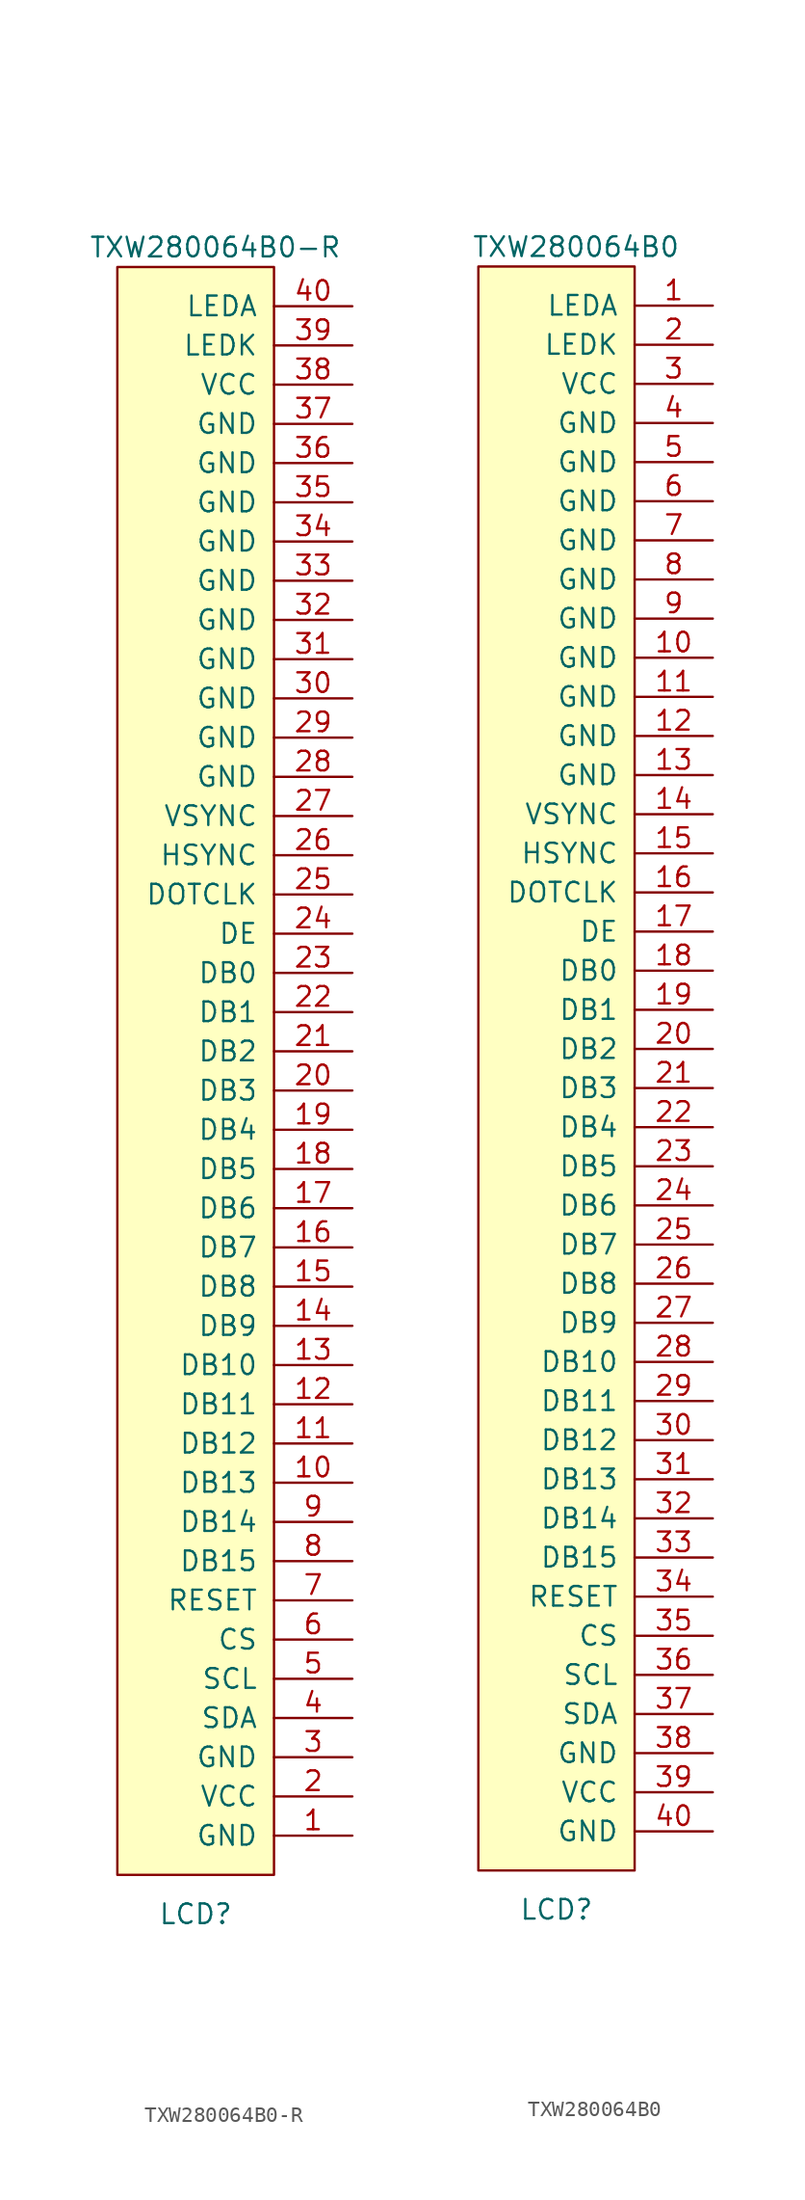
<source format=kicad_sym>
(kicad_symbol_lib
  (version 20201005)
  (generator kicad_symbol_editor)
  (symbol "Sitina:TXW280064B0-R"
    (pin_names
      (offset 1.016))
    (property "Reference" "LCD"
      (at 0 -48.26 0)
      (effects (font (size 1.27 1.27))))
    (property "Value" "TXW280064B0-R"
      (at 1.27 59.69 0)
      (effects (font (size 1.27 1.27))))
    (symbol "TXW280064B0-R_0_1"
      (rectangle (start -5.08 58.42) (end 5.08 -45.72) (stroke (width 0)) (fill (type background))))
    (symbol "TXW280064B0-R_1_1"
      (pin input line (at 10.16 -43.18 180) (length 5.08) (name "GND" (effects (font (size 1.27 1.27)))) (number "1" (effects (font (size 1.27 1.27)))))
      (pin input line (at 10.16 -20.32 180) (length 5.08) (name "DB13" (effects (font (size 1.27 1.27)))) (number "10" (effects (font (size 1.27 1.27)))))
      (pin input line (at 10.16 -17.78 180) (length 5.08) (name "DB12" (effects (font (size 1.27 1.27)))) (number "11" (effects (font (size 1.27 1.27)))))
      (pin input line (at 10.16 -15.24 180) (length 5.08) (name "DB11" (effects (font (size 1.27 1.27)))) (number "12" (effects (font (size 1.27 1.27)))))
      (pin input line (at 10.16 -12.7 180) (length 5.08) (name "DB10" (effects (font (size 1.27 1.27)))) (number "13" (effects (font (size 1.27 1.27)))))
      (pin input line (at 10.16 -10.16 180) (length 5.08) (name "DB9" (effects (font (size 1.27 1.27)))) (number "14" (effects (font (size 1.27 1.27)))))
      (pin input line (at 10.16 -7.62 180) (length 5.08) (name "DB8" (effects (font (size 1.27 1.27)))) (number "15" (effects (font (size 1.27 1.27)))))
      (pin input line (at 10.16 -5.08 180) (length 5.08) (name "DB7" (effects (font (size 1.27 1.27)))) (number "16" (effects (font (size 1.27 1.27)))))
      (pin input line (at 10.16 -2.54 180) (length 5.08) (name "DB6" (effects (font (size 1.27 1.27)))) (number "17" (effects (font (size 1.27 1.27)))))
      (pin input line (at 10.16 0 180) (length 5.08) (name "DB5" (effects (font (size 1.27 1.27)))) (number "18" (effects (font (size 1.27 1.27)))))
      (pin input line (at 10.16 2.54 180) (length 5.08) (name "DB4" (effects (font (size 1.27 1.27)))) (number "19" (effects (font (size 1.27 1.27)))))
      (pin input line (at 10.16 -40.64 180) (length 5.08) (name "VCC" (effects (font (size 1.27 1.27)))) (number "2" (effects (font (size 1.27 1.27)))))
      (pin input line (at 10.16 5.08 180) (length 5.08) (name "DB3" (effects (font (size 1.27 1.27)))) (number "20" (effects (font (size 1.27 1.27)))))
      (pin input line (at 10.16 7.62 180) (length 5.08) (name "DB2" (effects (font (size 1.27 1.27)))) (number "21" (effects (font (size 1.27 1.27)))))
      (pin input line (at 10.16 10.16 180) (length 5.08) (name "DB1" (effects (font (size 1.27 1.27)))) (number "22" (effects (font (size 1.27 1.27)))))
      (pin input line (at 10.16 12.7 180) (length 5.08) (name "DB0" (effects (font (size 1.27 1.27)))) (number "23" (effects (font (size 1.27 1.27)))))
      (pin input line (at 10.16 15.24 180) (length 5.08) (name "DE" (effects (font (size 1.27 1.27)))) (number "24" (effects (font (size 1.27 1.27)))))
      (pin input line (at 10.16 17.78 180) (length 5.08) (name "DOTCLK" (effects (font (size 1.27 1.27)))) (number "25" (effects (font (size 1.27 1.27)))))
      (pin input line (at 10.16 20.32 180) (length 5.08) (name "HSYNC" (effects (font (size 1.27 1.27)))) (number "26" (effects (font (size 1.27 1.27)))))
      (pin input line (at 10.16 22.86 180) (length 5.08) (name "VSYNC" (effects (font (size 1.27 1.27)))) (number "27" (effects (font (size 1.27 1.27)))))
      (pin input line (at 10.16 25.4 180) (length 5.08) (name "GND" (effects (font (size 1.27 1.27)))) (number "28" (effects (font (size 1.27 1.27)))))
      (pin input line (at 10.16 27.94 180) (length 5.08) (name "GND" (effects (font (size 1.27 1.27)))) (number "29" (effects (font (size 1.27 1.27)))))
      (pin input line (at 10.16 -38.1 180) (length 5.08) (name "GND" (effects (font (size 1.27 1.27)))) (number "3" (effects (font (size 1.27 1.27)))))
      (pin input line (at 10.16 30.48 180) (length 5.08) (name "GND" (effects (font (size 1.27 1.27)))) (number "30" (effects (font (size 1.27 1.27)))))
      (pin input line (at 10.16 33.02 180) (length 5.08) (name "GND" (effects (font (size 1.27 1.27)))) (number "31" (effects (font (size 1.27 1.27)))))
      (pin input line (at 10.16 35.56 180) (length 5.08) (name "GND" (effects (font (size 1.27 1.27)))) (number "32" (effects (font (size 1.27 1.27)))))
      (pin input line (at 10.16 38.1 180) (length 5.08) (name "GND" (effects (font (size 1.27 1.27)))) (number "33" (effects (font (size 1.27 1.27)))))
      (pin input line (at 10.16 40.64 180) (length 5.08) (name "GND" (effects (font (size 1.27 1.27)))) (number "34" (effects (font (size 1.27 1.27)))))
      (pin input line (at 10.16 43.18 180) (length 5.08) (name "GND" (effects (font (size 1.27 1.27)))) (number "35" (effects (font (size 1.27 1.27)))))
      (pin input line (at 10.16 45.72 180) (length 5.08) (name "GND" (effects (font (size 1.27 1.27)))) (number "36" (effects (font (size 1.27 1.27)))))
      (pin input line (at 10.16 48.26 180) (length 5.08) (name "GND" (effects (font (size 1.27 1.27)))) (number "37" (effects (font (size 1.27 1.27)))))
      (pin input line (at 10.16 50.8 180) (length 5.08) (name "VCC" (effects (font (size 1.27 1.27)))) (number "38" (effects (font (size 1.27 1.27)))))
      (pin input line (at 10.16 53.34 180) (length 5.08) (name "LEDK" (effects (font (size 1.27 1.27)))) (number "39" (effects (font (size 1.27 1.27)))))
      (pin input line (at 10.16 -35.56 180) (length 5.08) (name "SDA" (effects (font (size 1.27 1.27)))) (number "4" (effects (font (size 1.27 1.27)))))
      (pin input line (at 10.16 55.88 180) (length 5.08) (name "LEDA" (effects (font (size 1.27 1.27)))) (number "40" (effects (font (size 1.27 1.27)))))
      (pin input line (at 10.16 -33.02 180) (length 5.08) (name "SCL" (effects (font (size 1.27 1.27)))) (number "5" (effects (font (size 1.27 1.27)))))
      (pin input line (at 10.16 -30.48 180) (length 5.08) (name "CS" (effects (font (size 1.27 1.27)))) (number "6" (effects (font (size 1.27 1.27)))))
      (pin input line (at 10.16 -27.94 180) (length 5.08) (name "RESET" (effects (font (size 1.27 1.27)))) (number "7" (effects (font (size 1.27 1.27)))))
      (pin input line (at 10.16 -25.4 180) (length 5.08) (name "DB15" (effects (font (size 1.27 1.27)))) (number "8" (effects (font (size 1.27 1.27)))))
      (pin input line (at 10.16 -22.86 180) (length 5.08) (name "DB14" (effects (font (size 1.27 1.27)))) (number "9" (effects (font (size 1.27 1.27)))))))
  (symbol "Sitina:TXW280064B0"
    (pin_names
      (offset 1.016))
    (property "Reference" "LCD"
      (at 0 -48.26 0)
      (effects (font (size 1.27 1.27))))
    (property "Value" "TXW280064B0"
      (at 1.27 59.69 0)
      (effects (font (size 1.27 1.27))))
    (symbol "TXW280064B0_0_1"
      (rectangle (start -5.08 58.42) (end 5.08 -45.72) (stroke (width 0)) (fill (type background))))
    (symbol "TXW280064B0_1_1"
      (pin input line (at 10.16 55.88 180) (length 5.08) (name "LEDA" (effects (font (size 1.27 1.27)))) (number "1" (effects (font (size 1.27 1.27)))))
      (pin input line (at 10.16 33.02 180) (length 5.08) (name "GND" (effects (font (size 1.27 1.27)))) (number "10" (effects (font (size 1.27 1.27)))))
      (pin input line (at 10.16 30.48 180) (length 5.08) (name "GND" (effects (font (size 1.27 1.27)))) (number "11" (effects (font (size 1.27 1.27)))))
      (pin input line (at 10.16 27.94 180) (length 5.08) (name "GND" (effects (font (size 1.27 1.27)))) (number "12" (effects (font (size 1.27 1.27)))))
      (pin input line (at 10.16 25.4 180) (length 5.08) (name "GND" (effects (font (size 1.27 1.27)))) (number "13" (effects (font (size 1.27 1.27)))))
      (pin input line (at 10.16 22.86 180) (length 5.08) (name "VSYNC" (effects (font (size 1.27 1.27)))) (number "14" (effects (font (size 1.27 1.27)))))
      (pin input line (at 10.16 20.32 180) (length 5.08) (name "HSYNC" (effects (font (size 1.27 1.27)))) (number "15" (effects (font (size 1.27 1.27)))))
      (pin input line (at 10.16 17.78 180) (length 5.08) (name "DOTCLK" (effects (font (size 1.27 1.27)))) (number "16" (effects (font (size 1.27 1.27)))))
      (pin input line (at 10.16 15.24 180) (length 5.08) (name "DE" (effects (font (size 1.27 1.27)))) (number "17" (effects (font (size 1.27 1.27)))))
      (pin input line (at 10.16 12.7 180) (length 5.08) (name "DB0" (effects (font (size 1.27 1.27)))) (number "18" (effects (font (size 1.27 1.27)))))
      (pin input line (at 10.16 10.16 180) (length 5.08) (name "DB1" (effects (font (size 1.27 1.27)))) (number "19" (effects (font (size 1.27 1.27)))))
      (pin input line (at 10.16 53.34 180) (length 5.08) (name "LEDK" (effects (font (size 1.27 1.27)))) (number "2" (effects (font (size 1.27 1.27)))))
      (pin input line (at 10.16 7.62 180) (length 5.08) (name "DB2" (effects (font (size 1.27 1.27)))) (number "20" (effects (font (size 1.27 1.27)))))
      (pin input line (at 10.16 5.08 180) (length 5.08) (name "DB3" (effects (font (size 1.27 1.27)))) (number "21" (effects (font (size 1.27 1.27)))))
      (pin input line (at 10.16 2.54 180) (length 5.08) (name "DB4" (effects (font (size 1.27 1.27)))) (number "22" (effects (font (size 1.27 1.27)))))
      (pin input line (at 10.16 0 180) (length 5.08) (name "DB5" (effects (font (size 1.27 1.27)))) (number "23" (effects (font (size 1.27 1.27)))))
      (pin input line (at 10.16 -2.54 180) (length 5.08) (name "DB6" (effects (font (size 1.27 1.27)))) (number "24" (effects (font (size 1.27 1.27)))))
      (pin input line (at 10.16 -5.08 180) (length 5.08) (name "DB7" (effects (font (size 1.27 1.27)))) (number "25" (effects (font (size 1.27 1.27)))))
      (pin input line (at 10.16 -7.62 180) (length 5.08) (name "DB8" (effects (font (size 1.27 1.27)))) (number "26" (effects (font (size 1.27 1.27)))))
      (pin input line (at 10.16 -10.16 180) (length 5.08) (name "DB9" (effects (font (size 1.27 1.27)))) (number "27" (effects (font (size 1.27 1.27)))))
      (pin input line (at 10.16 -12.7 180) (length 5.08) (name "DB10" (effects (font (size 1.27 1.27)))) (number "28" (effects (font (size 1.27 1.27)))))
      (pin input line (at 10.16 -15.24 180) (length 5.08) (name "DB11" (effects (font (size 1.27 1.27)))) (number "29" (effects (font (size 1.27 1.27)))))
      (pin input line (at 10.16 50.8 180) (length 5.08) (name "VCC" (effects (font (size 1.27 1.27)))) (number "3" (effects (font (size 1.27 1.27)))))
      (pin input line (at 10.16 -17.78 180) (length 5.08) (name "DB12" (effects (font (size 1.27 1.27)))) (number "30" (effects (font (size 1.27 1.27)))))
      (pin input line (at 10.16 -20.32 180) (length 5.08) (name "DB13" (effects (font (size 1.27 1.27)))) (number "31" (effects (font (size 1.27 1.27)))))
      (pin input line (at 10.16 -22.86 180) (length 5.08) (name "DB14" (effects (font (size 1.27 1.27)))) (number "32" (effects (font (size 1.27 1.27)))))
      (pin input line (at 10.16 -25.4 180) (length 5.08) (name "DB15" (effects (font (size 1.27 1.27)))) (number "33" (effects (font (size 1.27 1.27)))))
      (pin input line (at 10.16 -27.94 180) (length 5.08) (name "RESET" (effects (font (size 1.27 1.27)))) (number "34" (effects (font (size 1.27 1.27)))))
      (pin input line (at 10.16 -30.48 180) (length 5.08) (name "CS" (effects (font (size 1.27 1.27)))) (number "35" (effects (font (size 1.27 1.27)))))
      (pin input line (at 10.16 -33.02 180) (length 5.08) (name "SCL" (effects (font (size 1.27 1.27)))) (number "36" (effects (font (size 1.27 1.27)))))
      (pin input line (at 10.16 -35.56 180) (length 5.08) (name "SDA" (effects (font (size 1.27 1.27)))) (number "37" (effects (font (size 1.27 1.27)))))
      (pin input line (at 10.16 -38.1 180) (length 5.08) (name "GND" (effects (font (size 1.27 1.27)))) (number "38" (effects (font (size 1.27 1.27)))))
      (pin input line (at 10.16 -40.64 180) (length 5.08) (name "VCC" (effects (font (size 1.27 1.27)))) (number "39" (effects (font (size 1.27 1.27)))))
      (pin input line (at 10.16 48.26 180) (length 5.08) (name "GND" (effects (font (size 1.27 1.27)))) (number "4" (effects (font (size 1.27 1.27)))))
      (pin input line (at 10.16 -43.18 180) (length 5.08) (name "GND" (effects (font (size 1.27 1.27)))) (number "40" (effects (font (size 1.27 1.27)))))
      (pin input line (at 10.16 45.72 180) (length 5.08) (name "GND" (effects (font (size 1.27 1.27)))) (number "5" (effects (font (size 1.27 1.27)))))
      (pin input line (at 10.16 43.18 180) (length 5.08) (name "GND" (effects (font (size 1.27 1.27)))) (number "6" (effects (font (size 1.27 1.27)))))
      (pin input line (at 10.16 40.64 180) (length 5.08) (name "GND" (effects (font (size 1.27 1.27)))) (number "7" (effects (font (size 1.27 1.27)))))
      (pin input line (at 10.16 38.1 180) (length 5.08) (name "GND" (effects (font (size 1.27 1.27)))) (number "8" (effects (font (size 1.27 1.27)))))
      (pin input line (at 10.16 35.56 180) (length 5.08) (name "GND" (effects (font (size 1.27 1.27)))) (number "9" (effects (font (size 1.27 1.27))))))))
</source>
